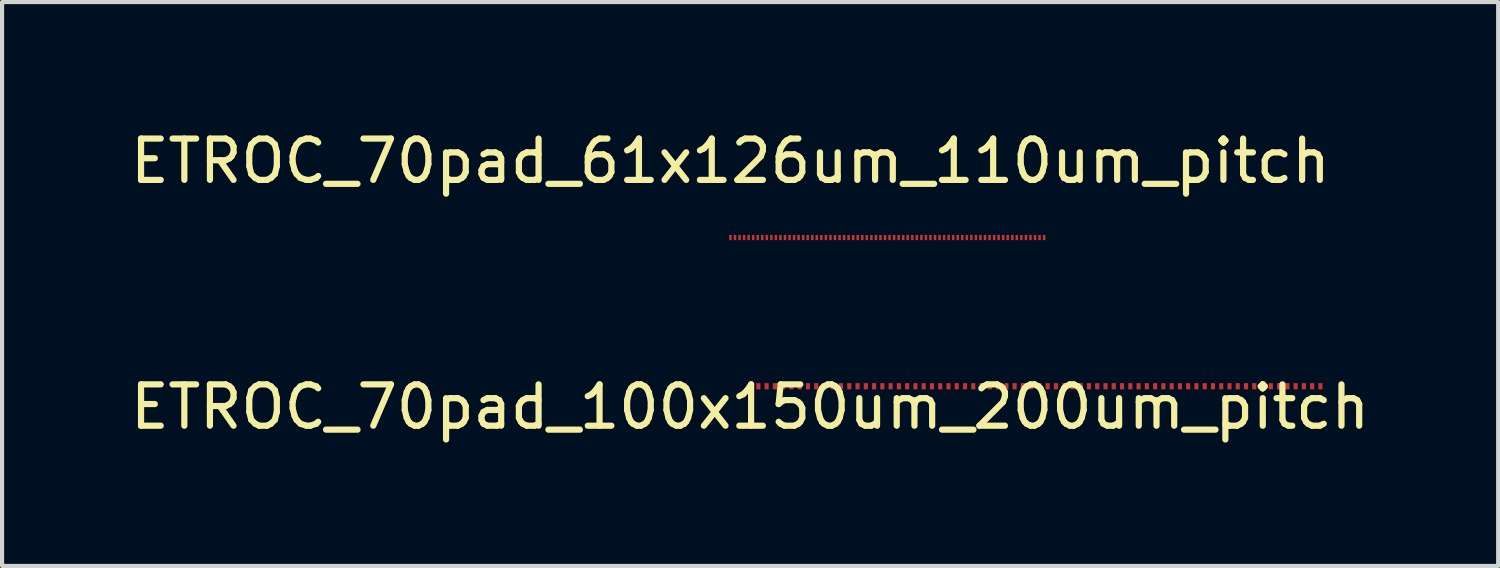
<source format=kicad_pcb>
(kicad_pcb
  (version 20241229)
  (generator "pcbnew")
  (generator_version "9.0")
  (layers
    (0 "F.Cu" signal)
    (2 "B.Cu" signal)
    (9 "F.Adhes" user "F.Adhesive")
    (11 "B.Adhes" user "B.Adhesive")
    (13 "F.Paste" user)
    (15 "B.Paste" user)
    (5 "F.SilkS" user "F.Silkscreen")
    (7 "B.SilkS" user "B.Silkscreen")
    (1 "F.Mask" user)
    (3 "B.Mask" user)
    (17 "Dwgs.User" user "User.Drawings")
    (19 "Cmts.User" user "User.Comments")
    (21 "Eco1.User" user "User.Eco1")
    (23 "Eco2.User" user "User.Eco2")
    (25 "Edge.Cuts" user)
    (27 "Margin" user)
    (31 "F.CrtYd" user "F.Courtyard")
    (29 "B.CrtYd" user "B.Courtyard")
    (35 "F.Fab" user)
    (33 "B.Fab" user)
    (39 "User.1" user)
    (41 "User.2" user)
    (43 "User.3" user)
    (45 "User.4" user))
  (footprint "ETROC_70pad_100x150um_200um_pitch"
    (layer "F.Cu")
    (at 22.001 6.296)
    (property "Reference" "ETROC_70pad_100x150um_200um_pitch" (at -6.9 0.5 0) (layer "F.SilkS") (effects (font (size 1 1) (thickness 0.15))))
    (attr through_hole)
    (pad "1" smd rect (at -6.9 0) (size 0.1 0.15) (layers "F.Cu" "F.Mask"))
    (pad "2" smd rect (at -6.7 0) (size 0.1 0.15) (layers "F.Cu" "F.Mask"))
    (pad "3" smd rect (at -6.5 0) (size 0.1 0.15) (layers "F.Cu" "F.Mask"))
    (pad "4" smd rect (at -6.3 0) (size 0.1 0.15) (layers "F.Cu" "F.Mask"))
    (pad "5" smd rect (at -6.1 0) (size 0.1 0.15) (layers "F.Cu" "F.Mask"))
    (pad "6" smd rect (at -5.9 0) (size 0.1 0.15) (layers "F.Cu" "F.Mask"))
    (pad "7" smd rect (at -5.7 0) (size 0.1 0.15) (layers "F.Cu" "F.Mask"))
    (pad "8" smd rect (at -5.5 0) (size 0.1 0.15) (layers "F.Cu" "F.Mask"))
    (pad "9" smd rect (at -5.3 0) (size 0.1 0.15) (layers "F.Cu" "F.Mask"))
    (pad "10" smd rect (at -5.1 0) (size 0.1 0.15) (layers "F.Cu" "F.Mask"))
    (pad "11" smd rect (at -4.9 0) (size 0.1 0.15) (layers "F.Cu" "F.Mask"))
    (pad "12" smd rect (at -4.7 0) (size 0.1 0.15) (layers "F.Cu" "F.Mask"))
    (pad "13" smd rect (at -4.5 0) (size 0.1 0.15) (layers "F.Cu" "F.Mask"))
    (pad "14" smd rect (at -4.3 0) (size 0.1 0.15) (layers "F.Cu" "F.Mask"))
    (pad "15" smd rect (at -4.1 0) (size 0.1 0.15) (layers "F.Cu" "F.Mask"))
    (pad "16" smd rect (at -3.9 0) (size 0.1 0.15) (layers "F.Cu" "F.Mask"))
    (pad "17" smd rect (at -3.7 0) (size 0.1 0.15) (layers "F.Cu" "F.Mask"))
    (pad "18" smd rect (at -3.5 0) (size 0.1 0.15) (layers "F.Cu" "F.Mask"))
    (pad "19" smd rect (at -3.3 0) (size 0.1 0.15) (layers "F.Cu" "F.Mask"))
    (pad "20" smd rect (at -3.1 0) (size 0.1 0.15) (layers "F.Cu" "F.Mask"))
    (pad "21" smd rect (at -2.9 0) (size 0.1 0.15) (layers "F.Cu" "F.Mask"))
    (pad "22" smd rect (at -2.7 0) (size 0.1 0.15) (layers "F.Cu" "F.Mask"))
    (pad "23" smd rect (at -2.5 0) (size 0.1 0.15) (layers "F.Cu" "F.Mask"))
    (pad "24" smd rect (at -2.3 0) (size 0.1 0.15) (layers "F.Cu" "F.Mask"))
    (pad "25" smd rect (at -2.1 0) (size 0.1 0.15) (layers "F.Cu" "F.Mask"))
    (pad "26" smd rect (at -1.9 0) (size 0.1 0.15) (layers "F.Cu" "F.Mask"))
    (pad "27" smd rect (at -1.7 0) (size 0.1 0.15) (layers "F.Cu" "F.Mask"))
    (pad "28" smd rect (at -1.5 0) (size 0.1 0.15) (layers "F.Cu" "F.Mask"))
    (pad "29" smd rect (at -1.3 0) (size 0.1 0.15) (layers "F.Cu" "F.Mask"))
    (pad "30" smd rect (at -1.1 0) (size 0.1 0.15) (layers "F.Cu" "F.Mask"))
    (pad "31" smd rect (at -0.9 0) (size 0.1 0.15) (layers "F.Cu" "F.Mask"))
    (pad "32" smd rect (at -0.7 0) (size 0.1 0.15) (layers "F.Cu" "F.Mask"))
    (pad "33" smd rect (at -0.5 0) (size 0.1 0.15) (layers "F.Cu" "F.Mask"))
    (pad "34" smd rect (at -0.3 0) (size 0.1 0.15) (layers "F.Cu" "F.Mask"))
    (pad "35" smd rect (at -0.1 0) (size 0.1 0.15) (layers "F.Cu" "F.Mask"))
    (pad "36" smd rect (at 0.1 0) (size 0.1 0.15) (layers "F.Cu" "F.Mask"))
    (pad "37" smd rect (at 0.3 0) (size 0.1 0.15) (layers "F.Cu" "F.Mask"))
    (pad "38" smd rect (at 0.5 0) (size 0.1 0.15) (layers "F.Cu" "F.Mask"))
    (pad "39" smd rect (at 0.7 0) (size 0.1 0.15) (layers "F.Cu" "F.Mask"))
    (pad "40" smd rect (at 0.9 0) (size 0.1 0.15) (layers "F.Cu" "F.Mask"))
    (pad "41" smd rect (at 1.1 0) (size 0.1 0.15) (layers "F.Cu" "F.Mask"))
    (pad "42" smd rect (at 1.3 0) (size 0.1 0.15) (layers "F.Cu" "F.Mask"))
    (pad "43" smd rect (at 1.5 0) (size 0.1 0.15) (layers "F.Cu" "F.Mask"))
    (pad "44" smd rect (at 1.7 0) (size 0.1 0.15) (layers "F.Cu" "F.Mask"))
    (pad "45" smd rect (at 1.9 0) (size 0.1 0.15) (layers "F.Cu" "F.Mask"))
    (pad "46" smd rect (at 2.1 0) (size 0.1 0.15) (layers "F.Cu" "F.Mask"))
    (pad "47" smd rect (at 2.3 0) (size 0.1 0.15) (layers "F.Cu" "F.Mask"))
    (pad "48" smd rect (at 2.5 0) (size 0.1 0.15) (layers "F.Cu" "F.Mask"))
    (pad "49" smd rect (at 2.7 0) (size 0.1 0.15) (layers "F.Cu" "F.Mask"))
    (pad "50" smd rect (at 2.9 0) (size 0.1 0.15) (layers "F.Cu" "F.Mask"))
    (pad "51" smd rect (at 3.1 0) (size 0.1 0.15) (layers "F.Cu" "F.Mask"))
    (pad "52" smd rect (at 3.3 0) (size 0.1 0.15) (layers "F.Cu" "F.Mask"))
    (pad "53" smd rect (at 3.5 0) (size 0.1 0.15) (layers "F.Cu" "F.Mask"))
    (pad "54" smd rect (at 3.7 0) (size 0.1 0.15) (layers "F.Cu" "F.Mask"))
    (pad "55" smd rect (at 3.9 0) (size 0.1 0.15) (layers "F.Cu" "F.Mask"))
    (pad "56" smd rect (at 4.1 0) (size 0.1 0.15) (layers "F.Cu" "F.Mask"))
    (pad "57" smd rect (at 4.3 0) (size 0.1 0.15) (layers "F.Cu" "F.Mask"))
    (pad "58" smd rect (at 4.5 0) (size 0.1 0.15) (layers "F.Cu" "F.Mask"))
    (pad "59" smd rect (at 4.7 0) (size 0.1 0.15) (layers "F.Cu" "F.Mask"))
    (pad "60" smd rect (at 4.9 0) (size 0.1 0.15) (layers "F.Cu" "F.Mask"))
    (pad "61" smd rect (at 5.1 0) (size 0.1 0.15) (layers "F.Cu" "F.Mask"))
    (pad "62" smd rect (at 5.3 0) (size 0.1 0.15) (layers "F.Cu" "F.Mask"))
    (pad "63" smd rect (at 5.5 0) (size 0.1 0.15) (layers "F.Cu" "F.Mask"))
    (pad "64" smd rect (at 5.7 0) (size 0.1 0.15) (layers "F.Cu" "F.Mask"))
    (pad "65" smd rect (at 5.9 0) (size 0.1 0.15) (layers "F.Cu" "F.Mask"))
    (pad "66" smd rect (at 6.1 0) (size 0.1 0.15) (layers "F.Cu" "F.Mask"))
    (pad "67" smd rect (at 6.3 0) (size 0.1 0.15) (layers "F.Cu" "F.Mask"))
    (pad "68" smd rect (at 6.5 0) (size 0.1 0.15) (layers "F.Cu" "F.Mask"))
    (pad "69" smd rect (at 6.7 0) (size 0.1 0.15) (layers "F.Cu" "F.Mask"))
    (pad "70" smd rect (at 6.9 0) (size 0.1 0.15) (layers "F.Cu" "F.Mask")))
  (footprint "ETROC_70pad_61x126um_110um_pitch"
    (layer "F.Cu")
    (at 14.625 2.698)
    (property "Reference" "ETROC_70pad_61x126um_110um_pitch" (at 0 -1.85 0) (layer "F.SilkS") (effects (font (size 1 1) (thickness 0.15))))
    (attr through_hole)
    (pad "1" smd rect (at 0 0) (size 0.061 0.126) (layers "F.Cu" "F.Mask"))
    (pad "2" smd rect (at 0.11 0) (size 0.061 0.126) (layers "F.Cu" "F.Mask"))
    (pad "3" smd rect (at 0.22 0) (size 0.061 0.126) (layers "F.Cu" "F.Mask"))
    (pad "4" smd rect (at 0.33 0) (size 0.061 0.126) (layers "F.Cu" "F.Mask"))
    (pad "5" smd rect (at 0.44 0) (size 0.061 0.126) (layers "F.Cu" "F.Mask"))
    (pad "6" smd rect (at 0.55 0) (size 0.061 0.126) (layers "F.Cu" "F.Mask"))
    (pad "7" smd rect (at 0.66 0) (size 0.061 0.126) (layers "F.Cu" "F.Mask"))
    (pad "8" smd rect (at 0.77 0) (size 0.061 0.126) (layers "F.Cu" "F.Mask"))
    (pad "9" smd rect (at 0.88 0) (size 0.061 0.126) (layers "F.Cu" "F.Mask"))
    (pad "10" smd rect (at 0.99 0) (size 0.061 0.126) (layers "F.Cu" "F.Mask"))
    (pad "11" smd rect (at 1.1 0) (size 0.061 0.126) (layers "F.Cu" "F.Mask"))
    (pad "12" smd rect (at 1.21 0) (size 0.061 0.126) (layers "F.Cu" "F.Mask"))
    (pad "13" smd rect (at 1.32 0) (size 0.061 0.126) (layers "F.Cu" "F.Mask"))
    (pad "14" smd rect (at 1.43 0) (size 0.061 0.126) (layers "F.Cu" "F.Mask"))
    (pad "15" smd rect (at 1.54 0) (size 0.061 0.126) (layers "F.Cu" "F.Mask"))
    (pad "16" smd rect (at 1.65 0) (size 0.061 0.126) (layers "F.Cu" "F.Mask"))
    (pad "17" smd rect (at 1.76 0) (size 0.061 0.126) (layers "F.Cu" "F.Mask"))
    (pad "18" smd rect (at 1.87 0) (size 0.061 0.126) (layers "F.Cu" "F.Mask"))
    (pad "19" smd rect (at 1.98 0) (size 0.061 0.126) (layers "F.Cu" "F.Mask"))
    (pad "20" smd rect (at 2.09 0) (size 0.061 0.126) (layers "F.Cu" "F.Mask"))
    (pad "21" smd rect (at 2.2 0) (size 0.061 0.126) (layers "F.Cu" "F.Mask"))
    (pad "22" smd rect (at 2.31 0) (size 0.061 0.126) (layers "F.Cu" "F.Mask"))
    (pad "23" smd rect (at 2.42 0) (size 0.061 0.126) (layers "F.Cu" "F.Mask"))
    (pad "24" smd rect (at 2.53 0) (size 0.061 0.126) (layers "F.Cu" "F.Mask"))
    (pad "25" smd rect (at 2.64 0) (size 0.061 0.126) (layers "F.Cu" "F.Mask"))
    (pad "26" smd rect (at 2.75 0) (size 0.061 0.126) (layers "F.Cu" "F.Mask"))
    (pad "27" smd rect (at 2.86 0) (size 0.061 0.126) (layers "F.Cu" "F.Mask"))
    (pad "28" smd rect (at 2.97 0) (size 0.061 0.126) (layers "F.Cu" "F.Mask"))
    (pad "29" smd rect (at 3.08 0) (size 0.061 0.126) (layers "F.Cu" "F.Mask"))
    (pad "30" smd rect (at 3.19 0) (size 0.061 0.126) (layers "F.Cu" "F.Mask"))
    (pad "31" smd rect (at 3.3 0) (size 0.061 0.126) (layers "F.Cu" "F.Mask"))
    (pad "32" smd rect (at 3.41 0) (size 0.061 0.126) (layers "F.Cu" "F.Mask"))
    (pad "33" smd rect (at 3.52 0) (size 0.061 0.126) (layers "F.Cu" "F.Mask"))
    (pad "34" smd rect (at 3.63 0) (size 0.061 0.126) (layers "F.Cu" "F.Mask"))
    (pad "35" smd rect (at 3.74 0) (size 0.061 0.126) (layers "F.Cu" "F.Mask"))
    (pad "36" smd rect (at 3.85 0) (size 0.061 0.126) (layers "F.Cu" "F.Mask"))
    (pad "37" smd rect (at 3.96 0) (size 0.061 0.126) (layers "F.Cu" "F.Mask"))
    (pad "38" smd rect (at 4.07 0) (size 0.061 0.126) (layers "F.Cu" "F.Mask"))
    (pad "39" smd rect (at 4.18 0) (size 0.061 0.126) (layers "F.Cu" "F.Mask"))
    (pad "40" smd rect (at 4.29 0) (size 0.061 0.126) (layers "F.Cu" "F.Mask"))
    (pad "41" smd rect (at 4.4 0) (size 0.061 0.126) (layers "F.Cu" "F.Mask"))
    (pad "42" smd rect (at 4.51 0) (size 0.061 0.126) (layers "F.Cu" "F.Mask"))
    (pad "43" smd rect (at 4.62 0) (size 0.061 0.126) (layers "F.Cu" "F.Mask"))
    (pad "44" smd rect (at 4.73 0) (size 0.061 0.126) (layers "F.Cu" "F.Mask"))
    (pad "45" smd rect (at 4.84 0) (size 0.061 0.126) (layers "F.Cu" "F.Mask"))
    (pad "46" smd rect (at 4.95 0) (size 0.061 0.126) (layers "F.Cu" "F.Mask"))
    (pad "47" smd rect (at 5.06 0) (size 0.061 0.126) (layers "F.Cu" "F.Mask"))
    (pad "48" smd rect (at 5.17 0) (size 0.061 0.126) (layers "F.Cu" "F.Mask"))
    (pad "49" smd rect (at 5.28 0) (size 0.061 0.126) (layers "F.Cu" "F.Mask"))
    (pad "50" smd rect (at 5.39 0) (size 0.061 0.126) (layers "F.Cu" "F.Mask"))
    (pad "51" smd rect (at 5.5 0) (size 0.061 0.126) (layers "F.Cu" "F.Mask"))
    (pad "52" smd rect (at 5.61 0) (size 0.061 0.126) (layers "F.Cu" "F.Mask"))
    (pad "53" smd rect (at 5.72 0) (size 0.061 0.126) (layers "F.Cu" "F.Mask"))
    (pad "54" smd rect (at 5.83 0) (size 0.061 0.126) (layers "F.Cu" "F.Mask"))
    (pad "55" smd rect (at 5.94 0) (size 0.061 0.126) (layers "F.Cu" "F.Mask"))
    (pad "56" smd rect (at 6.05 0) (size 0.061 0.126) (layers "F.Cu" "F.Mask"))
    (pad "57" smd rect (at 6.16 0) (size 0.061 0.126) (layers "F.Cu" "F.Mask"))
    (pad "58" smd rect (at 6.27 0) (size 0.061 0.126) (layers "F.Cu" "F.Mask"))
    (pad "59" smd rect (at 6.38 0) (size 0.061 0.126) (layers "F.Cu" "F.Mask"))
    (pad "60" smd rect (at 6.49 0) (size 0.061 0.126) (layers "F.Cu" "F.Mask"))
    (pad "61" smd rect (at 6.6 0) (size 0.061 0.126) (layers "F.Cu" "F.Mask"))
    (pad "62" smd rect (at 6.71 0) (size 0.061 0.126) (layers "F.Cu" "F.Mask"))
    (pad "63" smd rect (at 6.82 0) (size 0.061 0.126) (layers "F.Cu" "F.Mask"))
    (pad "64" smd rect (at 6.93 0) (size 0.061 0.126) (layers "F.Cu" "F.Mask"))
    (pad "65" smd rect (at 7.04 0) (size 0.061 0.126) (layers "F.Cu" "F.Mask"))
    (pad "66" smd rect (at 7.15 0) (size 0.061 0.126) (layers "F.Cu" "F.Mask"))
    (pad "67" smd rect (at 7.26 0) (size 0.061 0.126) (layers "F.Cu" "F.Mask"))
    (pad "68" smd rect (at 7.37 0) (size 0.061 0.126) (layers "F.Cu" "F.Mask"))
    (pad "69" smd rect (at 7.48 0) (size 0.061 0.126) (layers "F.Cu" "F.Mask"))
    (pad "70" smd rect (at 7.59 0) (size 0.061 0.126) (layers "F.Cu" "F.Mask")))
  (gr_rect
    (start -3 -3)
    (end 33.202 10.645)
    (stroke (width 0.1) (type default))
    (fill no)
    (layer "Edge.Cuts")))
</source>
